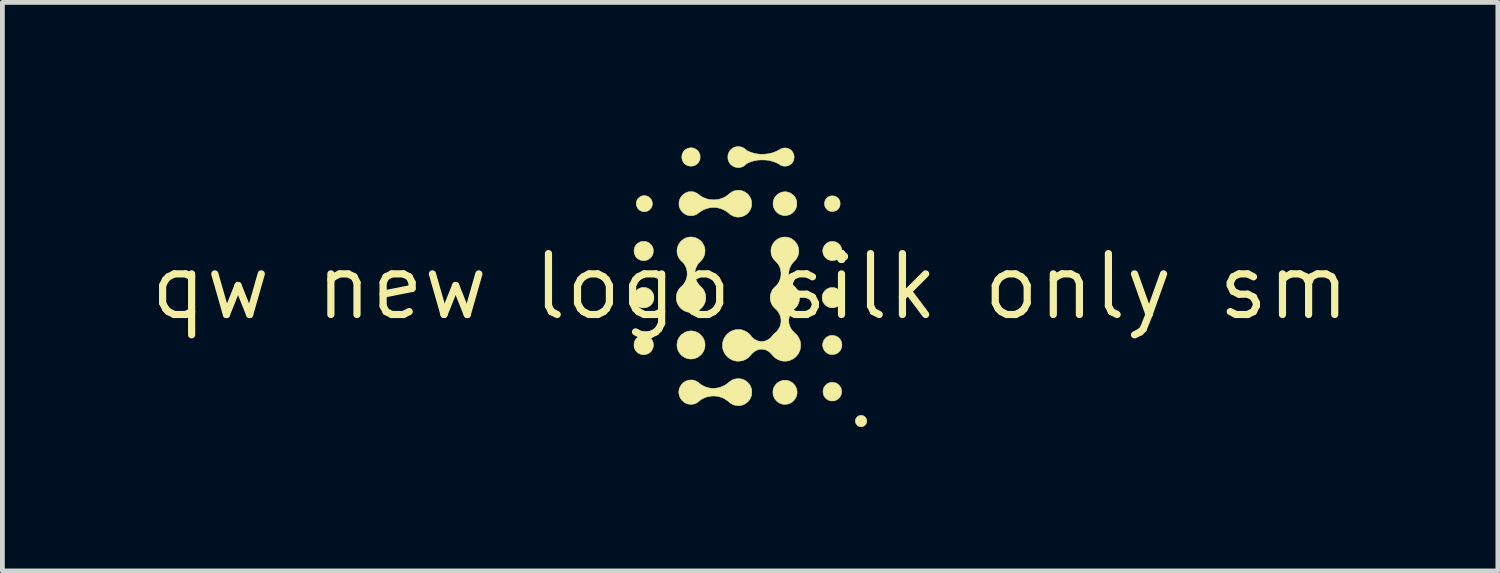
<source format=kicad_pcb>
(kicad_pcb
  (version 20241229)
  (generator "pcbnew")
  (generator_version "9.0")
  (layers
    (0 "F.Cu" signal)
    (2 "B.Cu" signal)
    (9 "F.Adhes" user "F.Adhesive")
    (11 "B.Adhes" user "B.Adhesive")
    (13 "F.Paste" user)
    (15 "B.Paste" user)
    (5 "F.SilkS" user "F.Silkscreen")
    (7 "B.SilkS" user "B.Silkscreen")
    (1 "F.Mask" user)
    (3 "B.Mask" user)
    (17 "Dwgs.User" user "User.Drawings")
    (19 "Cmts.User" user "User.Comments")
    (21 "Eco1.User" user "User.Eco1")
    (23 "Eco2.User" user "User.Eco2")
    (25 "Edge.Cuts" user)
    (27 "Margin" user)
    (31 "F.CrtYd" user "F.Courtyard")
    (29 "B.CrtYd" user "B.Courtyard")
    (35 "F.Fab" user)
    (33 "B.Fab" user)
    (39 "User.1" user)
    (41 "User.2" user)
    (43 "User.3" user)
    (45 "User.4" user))
  (footprint "qw new logo silk only sm"
    (layer "F.Cu")
    (at 12.586 2.926)
    (property "Reference" "qw new logo silk only sm" (at 0 0 0) (layer "F.SilkS") (effects (font (size 1.27 1.27) (thickness 0.15))))
    (attr through_hole)
    (fp_poly (pts (xy 2.328 2.683) (xy 2.35 2.688) (xy 2.37 2.696) (xy 2.388 2.709) (xy 2.404 2.724) (xy 2.417 2.743) (xy 2.426 2.764) (xy 2.431 2.783) (xy 2.433 2.806) (xy 2.43 2.828) (xy 2.422 2.848) (xy 2.412 2.867) (xy 2.398 2.884) (xy 2.381 2.898) (xy 2.362 2.909) (xy 2.342 2.917) (xy 2.32 2.92) (xy 2.298 2.92) (xy 2.284 2.917) (xy 2.261 2.908) (xy 2.241 2.896) (xy 2.224 2.879) (xy 2.21 2.86) (xy 2.2 2.839) (xy 2.195 2.818) (xy 2.193 2.795) (xy 2.197 2.773) (xy 2.205 2.751) (xy 2.217 2.732) (xy 2.232 2.714) (xy 2.251 2.7) (xy 2.262 2.694) (xy 2.284 2.685) (xy 2.306 2.682) (xy 2.328 2.683)) (stroke (width 0.01) (type solid)) (fill yes) (layer "F.SilkS"))
    (fp_poly (pts (xy 1.751 -1.89) (xy 1.776 -1.882) (xy 1.8 -1.871) (xy 1.821 -1.856) (xy 1.84 -1.837) (xy 1.855 -1.816) (xy 1.865 -1.797) (xy 1.871 -1.777) (xy 1.875 -1.756) (xy 1.876 -1.74) (xy 1.876 -1.714) (xy 1.873 -1.692) (xy 1.866 -1.67) (xy 1.859 -1.653) (xy 1.845 -1.63) (xy 1.827 -1.61) (xy 1.806 -1.594) (xy 1.782 -1.582) (xy 1.757 -1.573) (xy 1.73 -1.568) (xy 1.702 -1.568) (xy 1.676 -1.571) (xy 1.651 -1.579) (xy 1.627 -1.592) (xy 1.605 -1.608) (xy 1.587 -1.628) (xy 1.571 -1.65) (xy 1.56 -1.674) (xy 1.556 -1.691) (xy 1.553 -1.71) (xy 1.552 -1.73) (xy 1.552 -1.75) (xy 1.555 -1.767) (xy 1.556 -1.77) (xy 1.565 -1.798) (xy 1.578 -1.822) (xy 1.595 -1.844) (xy 1.616 -1.862) (xy 1.621 -1.866) (xy 1.646 -1.88) (xy 1.671 -1.889) (xy 1.698 -1.893) (xy 1.724 -1.894) (xy 1.751 -1.89)) (stroke (width 0.01) (type solid)) (fill yes) (layer "F.SilkS"))
    (fp_poly (pts (xy -2.185 -1.897) (xy -2.165 -1.894) (xy -2.146 -1.888) (xy -2.129 -1.88) (xy -2.112 -1.87) (xy -2.096 -1.857) (xy -2.08 -1.842) (xy -2.067 -1.825) (xy -2.057 -1.809) (xy -2.045 -1.782) (xy -2.039 -1.754) (xy -2.037 -1.726) (xy -2.04 -1.698) (xy -2.048 -1.671) (xy -2.06 -1.646) (xy -2.075 -1.624) (xy -2.094 -1.604) (xy -2.116 -1.588) (xy -2.14 -1.576) (xy -2.167 -1.567) (xy -2.193 -1.563) (xy -2.221 -1.563) (xy -2.245 -1.567) (xy -2.264 -1.573) (xy -2.279 -1.58) (xy -2.294 -1.588) (xy -2.302 -1.594) (xy -2.324 -1.612) (xy -2.342 -1.634) (xy -2.356 -1.657) (xy -2.366 -1.683) (xy -2.372 -1.71) (xy -2.373 -1.737) (xy -2.37 -1.764) (xy -2.362 -1.791) (xy -2.35 -1.817) (xy -2.349 -1.818) (xy -2.339 -1.832) (xy -2.326 -1.846) (xy -2.312 -1.86) (xy -2.297 -1.871) (xy -2.291 -1.875) (xy -2.266 -1.887) (xy -2.241 -1.895) (xy -2.214 -1.898) (xy -2.207 -1.898) (xy -2.185 -1.897)) (stroke (width 0.01) (type solid)) (fill yes) (layer "F.SilkS"))
    (fp_poly (pts (xy 1.735 1.016) (xy 1.767 1.022) (xy 1.796 1.032) (xy 1.823 1.047) (xy 1.847 1.064) (xy 1.867 1.085) (xy 1.884 1.109) (xy 1.898 1.135) (xy 1.907 1.164) (xy 1.912 1.194) (xy 1.913 1.225) (xy 1.909 1.257) (xy 1.907 1.267) (xy 1.902 1.282) (xy 1.895 1.299) (xy 1.885 1.317) (xy 1.874 1.334) (xy 1.863 1.348) (xy 1.863 1.348) (xy 1.839 1.371) (xy 1.814 1.389) (xy 1.787 1.402) (xy 1.758 1.41) (xy 1.727 1.414) (xy 1.712 1.414) (xy 1.7 1.414) (xy 1.689 1.414) (xy 1.68 1.413) (xy 1.676 1.413) (xy 1.653 1.407) (xy 1.628 1.397) (xy 1.605 1.383) (xy 1.582 1.367) (xy 1.563 1.348) (xy 1.551 1.334) (xy 1.535 1.308) (xy 1.523 1.279) (xy 1.515 1.249) (xy 1.512 1.219) (xy 1.514 1.188) (xy 1.521 1.157) (xy 1.523 1.15) (xy 1.535 1.122) (xy 1.551 1.096) (xy 1.571 1.073) (xy 1.594 1.054) (xy 1.619 1.038) (xy 1.646 1.025) (xy 1.675 1.018) (xy 1.705 1.014) (xy 1.735 1.016)) (stroke (width 0.01) (type solid)) (fill yes) (layer "F.SilkS"))
    (fp_poly (pts (xy -2.203 1.013) (xy -2.182 1.016) (xy -2.168 1.018) (xy -2.137 1.029) (xy -2.11 1.043) (xy -2.085 1.062) (xy -2.063 1.084) (xy -2.045 1.109) (xy -2.031 1.137) (xy -2.022 1.164) (xy -2.018 1.184) (xy -2.017 1.207) (xy -2.017 1.23) (xy -2.019 1.253) (xy -2.022 1.264) (xy -2.032 1.295) (xy -2.046 1.322) (xy -2.063 1.347) (xy -2.085 1.369) (xy -2.109 1.387) (xy -2.136 1.401) (xy -2.166 1.411) (xy -2.175 1.413) (xy -2.192 1.416) (xy -2.213 1.417) (xy -2.233 1.417) (xy -2.252 1.415) (xy -2.261 1.413) (xy -2.291 1.405) (xy -2.319 1.392) (xy -2.345 1.375) (xy -2.367 1.354) (xy -2.387 1.33) (xy -2.4 1.307) (xy -2.408 1.29) (xy -2.413 1.274) (xy -2.417 1.258) (xy -2.419 1.239) (xy -2.42 1.225) (xy -2.419 1.192) (xy -2.414 1.161) (xy -2.405 1.133) (xy -2.39 1.106) (xy -2.371 1.081) (xy -2.354 1.063) (xy -2.336 1.049) (xy -2.315 1.036) (xy -2.292 1.025) (xy -2.269 1.018) (xy -2.266 1.017) (xy -2.247 1.014) (xy -2.225 1.013) (xy -2.203 1.013)) (stroke (width 0.01) (type solid)) (fill yes) (layer "F.SilkS"))
    (fp_poly (pts (xy 1.73 0.017) (xy 1.754 0.02) (xy 1.764 0.023) (xy 1.795 0.033) (xy 1.824 0.049) (xy 1.85 0.068) (xy 1.873 0.09) (xy 1.892 0.116) (xy 1.907 0.144) (xy 1.918 0.173) (xy 1.922 0.193) (xy 1.924 0.216) (xy 1.925 0.239) (xy 1.923 0.26) (xy 1.922 0.266) (xy 1.914 0.297) (xy 1.901 0.327) (xy 1.884 0.354) (xy 1.863 0.378) (xy 1.839 0.398) (xy 1.812 0.416) (xy 1.782 0.429) (xy 1.769 0.433) (xy 1.751 0.437) (xy 1.731 0.44) (xy 1.711 0.441) (xy 1.693 0.44) (xy 1.685 0.44) (xy 1.653 0.432) (xy 1.623 0.42) (xy 1.595 0.404) (xy 1.57 0.384) (xy 1.549 0.361) (xy 1.53 0.336) (xy 1.516 0.307) (xy 1.506 0.276) (xy 1.505 0.27) (xy 1.503 0.26) (xy 1.502 0.246) (xy 1.501 0.232) (xy 1.501 0.227) (xy 1.504 0.196) (xy 1.511 0.165) (xy 1.522 0.137) (xy 1.538 0.11) (xy 1.557 0.086) (xy 1.58 0.065) (xy 1.606 0.046) (xy 1.635 0.032) (xy 1.657 0.024) (xy 1.68 0.019) (xy 1.705 0.017) (xy 1.73 0.017)) (stroke (width 0.01) (type solid)) (fill yes) (layer "F.SilkS"))
    (fp_poly (pts (xy 1.728 -0.943) (xy 1.75 -0.941) (xy 1.766 -0.938) (xy 1.796 -0.927) (xy 1.824 -0.911) (xy 1.848 -0.892) (xy 1.87 -0.87) (xy 1.888 -0.844) (xy 1.901 -0.815) (xy 1.908 -0.796) (xy 1.911 -0.78) (xy 1.913 -0.76) (xy 1.914 -0.74) (xy 1.913 -0.72) (xy 1.911 -0.702) (xy 1.909 -0.696) (xy 1.903 -0.678) (xy 1.894 -0.658) (xy 1.884 -0.639) (xy 1.873 -0.623) (xy 1.868 -0.617) (xy 1.849 -0.597) (xy 1.826 -0.579) (xy 1.802 -0.565) (xy 1.776 -0.554) (xy 1.762 -0.55) (xy 1.752 -0.548) (xy 1.739 -0.546) (xy 1.725 -0.545) (xy 1.71 -0.545) (xy 1.698 -0.544) (xy 1.689 -0.545) (xy 1.688 -0.545) (xy 1.663 -0.551) (xy 1.638 -0.56) (xy 1.615 -0.571) (xy 1.594 -0.585) (xy 1.588 -0.589) (xy 1.567 -0.61) (xy 1.548 -0.634) (xy 1.533 -0.662) (xy 1.522 -0.69) (xy 1.521 -0.692) (xy 1.517 -0.712) (xy 1.515 -0.735) (xy 1.515 -0.758) (xy 1.518 -0.78) (xy 1.521 -0.796) (xy 1.532 -0.826) (xy 1.548 -0.854) (xy 1.567 -0.879) (xy 1.59 -0.9) (xy 1.615 -0.918) (xy 1.644 -0.932) (xy 1.663 -0.938) (xy 1.682 -0.942) (xy 1.704 -0.944) (xy 1.728 -0.943)) (stroke (width 0.01) (type solid)) (fill yes) (layer "F.SilkS"))
    (fp_poly (pts (xy 0.75 -1.978) (xy 0.771 -1.975) (xy 0.772 -1.975) (xy 0.807 -1.966) (xy 0.839 -1.952) (xy 0.87 -1.933) (xy 0.897 -1.911) (xy 0.921 -1.885) (xy 0.926 -1.879) (xy 0.936 -1.864) (xy 0.946 -1.847) (xy 0.955 -1.827) (xy 0.963 -1.809) (xy 0.968 -1.792) (xy 0.971 -1.776) (xy 0.973 -1.758) (xy 0.974 -1.737) (xy 0.974 -1.716) (xy 0.973 -1.696) (xy 0.97 -1.678) (xy 0.968 -1.671) (xy 0.957 -1.637) (xy 0.941 -1.606) (xy 0.922 -1.578) (xy 0.899 -1.553) (xy 0.874 -1.531) (xy 0.846 -1.513) (xy 0.816 -1.499) (xy 0.784 -1.489) (xy 0.751 -1.483) (xy 0.716 -1.482) (xy 0.7 -1.483) (xy 0.666 -1.49) (xy 0.633 -1.501) (xy 0.602 -1.516) (xy 0.574 -1.536) (xy 0.548 -1.559) (xy 0.525 -1.587) (xy 0.506 -1.617) (xy 0.492 -1.649) (xy 0.485 -1.673) (xy 0.481 -1.691) (xy 0.479 -1.712) (xy 0.479 -1.734) (xy 0.48 -1.756) (xy 0.482 -1.776) (xy 0.483 -1.782) (xy 0.494 -1.817) (xy 0.508 -1.849) (xy 0.527 -1.878) (xy 0.55 -1.904) (xy 0.575 -1.927) (xy 0.604 -1.947) (xy 0.636 -1.962) (xy 0.659 -1.97) (xy 0.68 -1.974) (xy 0.703 -1.977) (xy 0.727 -1.979) (xy 0.75 -1.978)) (stroke (width 0.01) (type solid)) (fill yes) (layer "F.SilkS"))
    (fp_poly (pts (xy -1.205 0.923) (xy -1.17 0.929) (xy -1.136 0.939) (xy -1.102 0.953) (xy -1.07 0.972) (xy -1.04 0.995) (xy -1.027 1.008) (xy -1.001 1.037) (xy -0.979 1.069) (xy -0.962 1.102) (xy -0.95 1.137) (xy -0.943 1.175) (xy -0.94 1.213) (xy -0.941 1.228) (xy -0.943 1.259) (xy -0.949 1.287) (xy -0.958 1.315) (xy -0.969 1.34) (xy -0.987 1.373) (xy -1.01 1.403) (xy -1.036 1.43) (xy -1.065 1.454) (xy -1.096 1.474) (xy -1.13 1.489) (xy -1.165 1.5) (xy -1.177 1.502) (xy -1.191 1.504) (xy -1.207 1.506) (xy -1.223 1.507) (xy -1.239 1.508) (xy -1.252 1.507) (xy -1.255 1.507) (xy -1.293 1.501) (xy -1.329 1.491) (xy -1.363 1.476) (xy -1.396 1.457) (xy -1.425 1.434) (xy -1.451 1.408) (xy -1.474 1.379) (xy -1.493 1.346) (xy -1.508 1.311) (xy -1.511 1.303) (xy -1.518 1.278) (xy -1.523 1.254) (xy -1.524 1.228) (xy -1.525 1.214) (xy -1.522 1.176) (xy -1.515 1.139) (xy -1.503 1.103) (xy -1.486 1.07) (xy -1.464 1.038) (xy -1.438 1.009) (xy -1.438 1.008) (xy -1.409 0.983) (xy -1.378 0.962) (xy -1.345 0.945) (xy -1.311 0.933) (xy -1.276 0.926) (xy -1.241 0.922) (xy -1.205 0.923)) (stroke (width 0.01) (type solid)) (fill yes) (layer "F.SilkS"))
    (fp_poly (pts (xy -1.201 -2.893) (xy -1.172 -2.885) (xy -1.143 -2.874) (xy -1.131 -2.867) (xy -1.121 -2.861) (xy -1.112 -2.854) (xy -1.102 -2.845) (xy -1.097 -2.84) (xy -1.083 -2.824) (xy -1.071 -2.809) (xy -1.062 -2.793) (xy -1.054 -2.775) (xy -1.051 -2.767) (xy -1.048 -2.758) (xy -1.046 -2.751) (xy -1.044 -2.744) (xy -1.043 -2.736) (xy -1.043 -2.727) (xy -1.043 -2.714) (xy -1.043 -2.704) (xy -1.043 -2.688) (xy -1.043 -2.676) (xy -1.044 -2.667) (xy -1.045 -2.659) (xy -1.047 -2.652) (xy -1.049 -2.644) (xy -1.049 -2.644) (xy -1.061 -2.616) (xy -1.077 -2.59) (xy -1.096 -2.568) (xy -1.118 -2.548) (xy -1.143 -2.533) (xy -1.157 -2.526) (xy -1.182 -2.518) (xy -1.21 -2.514) (xy -1.238 -2.512) (xy -1.265 -2.515) (xy -1.273 -2.516) (xy -1.304 -2.525) (xy -1.331 -2.538) (xy -1.356 -2.555) (xy -1.377 -2.576) (xy -1.395 -2.6) (xy -1.409 -2.628) (xy -1.418 -2.654) (xy -1.421 -2.673) (xy -1.423 -2.694) (xy -1.423 -2.717) (xy -1.421 -2.738) (xy -1.418 -2.754) (xy -1.407 -2.783) (xy -1.393 -2.81) (xy -1.375 -2.834) (xy -1.353 -2.854) (xy -1.328 -2.87) (xy -1.301 -2.883) (xy -1.271 -2.891) (xy -1.26 -2.893) (xy -1.23 -2.895) (xy -1.201 -2.893)) (stroke (width 0.01) (type solid)) (fill yes) (layer "F.SilkS"))
    (fp_poly (pts (xy 1.733 1.994) (xy 1.764 2) (xy 1.777 2.004) (xy 1.796 2.011) (xy 1.811 2.019) (xy 1.826 2.029) (xy 1.841 2.042) (xy 1.85 2.051) (xy 1.862 2.063) (xy 1.871 2.074) (xy 1.878 2.084) (xy 1.885 2.095) (xy 1.893 2.113) (xy 1.899 2.128) (xy 1.903 2.143) (xy 1.905 2.159) (xy 1.907 2.179) (xy 1.907 2.179) (xy 1.907 2.194) (xy 1.907 2.206) (xy 1.906 2.215) (xy 1.905 2.225) (xy 1.903 2.233) (xy 1.893 2.262) (xy 1.879 2.289) (xy 1.861 2.314) (xy 1.84 2.336) (xy 1.815 2.354) (xy 1.789 2.368) (xy 1.764 2.376) (xy 1.751 2.379) (xy 1.734 2.381) (xy 1.716 2.381) (xy 1.699 2.381) (xy 1.683 2.38) (xy 1.674 2.379) (xy 1.643 2.369) (xy 1.615 2.356) (xy 1.589 2.338) (xy 1.567 2.316) (xy 1.548 2.29) (xy 1.541 2.278) (xy 1.533 2.261) (xy 1.527 2.245) (xy 1.523 2.229) (xy 1.521 2.21) (xy 1.52 2.188) (xy 1.521 2.167) (xy 1.523 2.149) (xy 1.526 2.133) (xy 1.532 2.117) (xy 1.54 2.099) (xy 1.543 2.094) (xy 1.553 2.078) (xy 1.566 2.061) (xy 1.582 2.045) (xy 1.598 2.031) (xy 1.614 2.02) (xy 1.642 2.006) (xy 1.672 1.997) (xy 1.702 1.993) (xy 1.733 1.994)) (stroke (width 0.01) (type solid)) (fill yes) (layer "F.SilkS"))
    (fp_poly (pts (xy -2.2 -0.943) (xy -2.189 -0.943) (xy -2.18 -0.943) (xy -2.172 -0.941) (xy -2.165 -0.94) (xy -2.158 -0.937) (xy -2.155 -0.936) (xy -2.125 -0.923) (xy -2.098 -0.907) (xy -2.075 -0.886) (xy -2.055 -0.862) (xy -2.038 -0.835) (xy -2.026 -0.806) (xy -2.023 -0.794) (xy -2.02 -0.779) (xy -2.019 -0.762) (xy -2.018 -0.743) (xy -2.019 -0.724) (xy -2.02 -0.707) (xy -2.023 -0.694) (xy -2.023 -0.693) (xy -2.034 -0.663) (xy -2.048 -0.636) (xy -2.067 -0.611) (xy -2.089 -0.589) (xy -2.114 -0.572) (xy -2.123 -0.567) (xy -2.141 -0.558) (xy -2.157 -0.552) (xy -2.173 -0.548) (xy -2.191 -0.546) (xy -2.211 -0.545) (xy -2.212 -0.545) (xy -2.226 -0.545) (xy -2.239 -0.545) (xy -2.25 -0.545) (xy -2.257 -0.546) (xy -2.258 -0.546) (xy -2.289 -0.555) (xy -2.317 -0.568) (xy -2.343 -0.585) (xy -2.366 -0.606) (xy -2.385 -0.63) (xy -2.4 -0.657) (xy -2.411 -0.687) (xy -2.418 -0.718) (xy -2.418 -0.721) (xy -2.42 -0.751) (xy -2.417 -0.781) (xy -2.409 -0.81) (xy -2.397 -0.838) (xy -2.381 -0.863) (xy -2.362 -0.886) (xy -2.339 -0.906) (xy -2.313 -0.922) (xy -2.311 -0.923) (xy -2.296 -0.931) (xy -2.281 -0.936) (xy -2.267 -0.94) (xy -2.252 -0.942) (xy -2.234 -0.943) (xy -2.216 -0.944) (xy -2.2 -0.943)) (stroke (width 0.01) (type solid)) (fill yes) (layer "F.SilkS"))
    (fp_poly (pts (xy 0.74 1.95) (xy 0.764 1.952) (xy 0.783 1.955) (xy 0.817 1.966) (xy 0.848 1.981) (xy 0.876 1.999) (xy 0.901 2.021) (xy 0.923 2.045) (xy 0.942 2.072) (xy 0.957 2.1) (xy 0.968 2.131) (xy 0.976 2.162) (xy 0.979 2.195) (xy 0.978 2.228) (xy 0.972 2.261) (xy 0.961 2.294) (xy 0.957 2.303) (xy 0.944 2.327) (xy 0.928 2.351) (xy 0.909 2.374) (xy 0.888 2.394) (xy 0.866 2.411) (xy 0.865 2.411) (xy 0.846 2.423) (xy 0.824 2.433) (xy 0.802 2.442) (xy 0.787 2.446) (xy 0.771 2.449) (xy 0.752 2.451) (xy 0.731 2.453) (xy 0.712 2.453) (xy 0.694 2.452) (xy 0.682 2.45) (xy 0.647 2.44) (xy 0.614 2.426) (xy 0.583 2.408) (xy 0.556 2.386) (xy 0.532 2.361) (xy 0.512 2.332) (xy 0.495 2.3) (xy 0.483 2.266) (xy 0.482 2.263) (xy 0.48 2.254) (xy 0.478 2.245) (xy 0.477 2.235) (xy 0.477 2.224) (xy 0.476 2.209) (xy 0.476 2.201) (xy 0.477 2.178) (xy 0.478 2.158) (xy 0.481 2.141) (xy 0.486 2.124) (xy 0.493 2.107) (xy 0.5 2.092) (xy 0.519 2.06) (xy 0.541 2.032) (xy 0.566 2.008) (xy 0.595 1.987) (xy 0.626 1.971) (xy 0.661 1.958) (xy 0.67 1.956) (xy 0.691 1.952) (xy 0.715 1.95) (xy 0.74 1.95)) (stroke (width 0.01) (type solid)) (fill yes) (layer "F.SilkS"))
    (fp_poly (pts (xy -2.202 0.016) (xy -2.181 0.018) (xy -2.162 0.022) (xy -2.158 0.023) (xy -2.126 0.035) (xy -2.097 0.052) (xy -2.072 0.072) (xy -2.05 0.096) (xy -2.032 0.123) (xy -2.018 0.153) (xy -2.013 0.169) (xy -2.01 0.179) (xy -2.008 0.188) (xy -2.007 0.198) (xy -2.006 0.209) (xy -2.006 0.223) (xy -2.006 0.227) (xy -2.006 0.248) (xy -2.007 0.266) (xy -2.01 0.281) (xy -2.015 0.297) (xy -2.022 0.313) (xy -2.026 0.322) (xy -2.042 0.35) (xy -2.062 0.375) (xy -2.086 0.397) (xy -2.113 0.415) (xy -2.144 0.429) (xy -2.155 0.433) (xy -2.164 0.436) (xy -2.172 0.438) (xy -2.181 0.439) (xy -2.192 0.44) (xy -2.207 0.441) (xy -2.214 0.441) (xy -2.23 0.441) (xy -2.242 0.441) (xy -2.252 0.441) (xy -2.26 0.439) (xy -2.269 0.437) (xy -2.269 0.437) (xy -2.296 0.428) (xy -2.32 0.418) (xy -2.341 0.404) (xy -2.361 0.388) (xy -2.365 0.384) (xy -2.388 0.359) (xy -2.406 0.332) (xy -2.419 0.304) (xy -2.428 0.273) (xy -2.432 0.242) (xy -2.432 0.211) (xy -2.427 0.179) (xy -2.417 0.148) (xy -2.413 0.138) (xy -2.398 0.111) (xy -2.379 0.087) (xy -2.356 0.065) (xy -2.331 0.047) (xy -2.303 0.032) (xy -2.273 0.022) (xy -2.267 0.02) (xy -2.247 0.017) (xy -2.225 0.015) (xy -2.202 0.016)) (stroke (width 0.01) (type solid)) (fill yes) (layer "F.SilkS"))
    (fp_poly (pts (xy -0.218 1.918) (xy -0.182 1.924) (xy -0.147 1.934) (xy -0.114 1.949) (xy -0.083 1.968) (xy -0.055 1.991) (xy -0.03 2.016) (xy -0.028 2.019) (xy -0.006 2.05) (xy 0.012 2.083) (xy 0.024 2.118) (xy 0.032 2.155) (xy 0.035 2.193) (xy 0.035 2.211) (xy 0.032 2.242) (xy 0.027 2.27) (xy 0.018 2.297) (xy 0.006 2.323) (xy -0.007 2.348) (xy -0.022 2.369) (xy -0.039 2.389) (xy -0.052 2.402) (xy -0.081 2.426) (xy -0.112 2.446) (xy -0.147 2.462) (xy -0.175 2.471) (xy -0.196 2.475) (xy -0.22 2.477) (xy -0.245 2.479) (xy -0.27 2.478) (xy -0.293 2.476) (xy -0.305 2.474) (xy -0.332 2.467) (xy -0.358 2.457) (xy -0.383 2.444) (xy -0.408 2.428) (xy -0.434 2.408) (xy -0.439 2.404) (xy -0.476 2.375) (xy -0.512 2.35) (xy -0.547 2.33) (xy -0.583 2.313) (xy -0.609 2.304) (xy -0.657 2.29) (xy -0.705 2.282) (xy -0.753 2.278) (xy -0.801 2.28) (xy -0.849 2.286) (xy -0.896 2.296) (xy -0.941 2.312) (xy -0.968 2.323) (xy -0.993 2.336) (xy -1.014 2.348) (xy -1.032 2.36) (xy -1.048 2.373) (xy -1.055 2.379) (xy -1.084 2.403) (xy -1.115 2.423) (xy -1.147 2.437) (xy -1.18 2.447) (xy -1.214 2.452) (xy -1.249 2.452) (xy -1.284 2.447) (xy -1.294 2.445) (xy -1.327 2.434) (xy -1.358 2.419) (xy -1.386 2.399) (xy -1.412 2.377) (xy -1.435 2.35) (xy -1.454 2.322) (xy -1.468 2.29) (xy -1.472 2.281) (xy -1.481 2.246) (xy -1.486 2.211) (xy -1.485 2.177) (xy -1.48 2.143) (xy -1.47 2.11) (xy -1.455 2.079) (xy -1.436 2.049) (xy -1.413 2.022) (xy -1.405 2.014) (xy -1.378 1.991) (xy -1.348 1.973) (xy -1.317 1.959) (xy -1.284 1.95) (xy -1.249 1.946) (xy -1.231 1.945) (xy -1.215 1.945) (xy -1.202 1.946) (xy -1.19 1.948) (xy -1.178 1.95) (xy -1.172 1.952) (xy -1.138 1.963) (xy -1.106 1.979) (xy -1.076 1.999) (xy -1.06 2.013) (xy -1.039 2.029) (xy -1.015 2.046) (xy -0.987 2.062) (xy -0.957 2.077) (xy -0.925 2.09) (xy -0.894 2.1) (xy -0.863 2.109) (xy -0.855 2.111) (xy -0.808 2.117) (xy -0.762 2.119) (xy -0.715 2.116) (xy -0.668 2.109) (xy -0.622 2.096) (xy -0.578 2.08) (xy -0.535 2.059) (xy -0.522 2.051) (xy -0.51 2.044) (xy -0.496 2.034) (xy -0.48 2.022) (xy -0.464 2.01) (xy -0.449 1.999) (xy -0.436 1.989) (xy -0.432 1.986) (xy -0.403 1.964) (xy -0.371 1.945) (xy -0.337 1.931) (xy -0.301 1.922) (xy -0.265 1.917) (xy -0.228 1.917) (xy -0.218 1.918)) (stroke (width 0.01) (type solid)) (fill yes) (layer "F.SilkS"))
    (fp_poly (pts (xy -0.221 -2.919) (xy -0.19 -2.913) (xy -0.161 -2.904) (xy -0.133 -2.89) (xy -0.108 -2.873) (xy -0.087 -2.854) (xy -0.077 -2.845) (xy -0.063 -2.836) (xy -0.045 -2.827) (xy -0.024 -2.817) (xy -0.001 -2.808) (xy 0.024 -2.799) (xy 0.05 -2.79) (xy 0.077 -2.783) (xy 0.103 -2.776) (xy 0.115 -2.774) (xy 0.136 -2.77) (xy 0.155 -2.767) (xy 0.174 -2.764) (xy 0.194 -2.763) (xy 0.217 -2.761) (xy 0.218 -2.761) (xy 0.272 -2.76) (xy 0.327 -2.764) (xy 0.381 -2.771) (xy 0.434 -2.782) (xy 0.485 -2.797) (xy 0.512 -2.807) (xy 0.527 -2.813) (xy 0.544 -2.821) (xy 0.562 -2.83) (xy 0.58 -2.839) (xy 0.597 -2.847) (xy 0.611 -2.855) (xy 0.622 -2.862) (xy 0.643 -2.873) (xy 0.668 -2.883) (xy 0.683 -2.887) (xy 0.7 -2.89) (xy 0.72 -2.891) (xy 0.74 -2.891) (xy 0.76 -2.889) (xy 0.778 -2.886) (xy 0.778 -2.886) (xy 0.807 -2.876) (xy 0.833 -2.861) (xy 0.856 -2.843) (xy 0.876 -2.821) (xy 0.893 -2.797) (xy 0.905 -2.769) (xy 0.913 -2.743) (xy 0.917 -2.711) (xy 0.916 -2.68) (xy 0.91 -2.649) (xy 0.899 -2.619) (xy 0.896 -2.614) (xy 0.89 -2.601) (xy 0.884 -2.591) (xy 0.877 -2.582) (xy 0.868 -2.572) (xy 0.863 -2.567) (xy 0.839 -2.547) (xy 0.814 -2.531) (xy 0.786 -2.52) (xy 0.756 -2.514) (xy 0.726 -2.512) (xy 0.7 -2.514) (xy 0.675 -2.518) (xy 0.651 -2.526) (xy 0.627 -2.538) (xy 0.608 -2.551) (xy 0.595 -2.559) (xy 0.578 -2.568) (xy 0.559 -2.578) (xy 0.539 -2.587) (xy 0.519 -2.596) (xy 0.5 -2.603) (xy 0.495 -2.605) (xy 0.452 -2.618) (xy 0.409 -2.629) (xy 0.365 -2.636) (xy 0.319 -2.641) (xy 0.269 -2.642) (xy 0.254 -2.643) (xy 0.224 -2.642) (xy 0.198 -2.641) (xy 0.174 -2.639) (xy 0.15 -2.637) (xy 0.126 -2.633) (xy 0.104 -2.629) (xy 0.079 -2.623) (xy 0.053 -2.616) (xy 0.028 -2.609) (xy 0.004 -2.6) (xy -0.019 -2.591) (xy -0.039 -2.583) (xy -0.056 -2.574) (xy -0.07 -2.565) (xy -0.08 -2.558) (xy -0.081 -2.556) (xy -0.1 -2.538) (xy -0.121 -2.521) (xy -0.146 -2.507) (xy -0.171 -2.496) (xy -0.191 -2.489) (xy -0.208 -2.486) (xy -0.227 -2.484) (xy -0.247 -2.483) (xy -0.265 -2.483) (xy -0.273 -2.484) (xy -0.307 -2.491) (xy -0.338 -2.503) (xy -0.367 -2.518) (xy -0.392 -2.538) (xy -0.415 -2.561) (xy -0.434 -2.588) (xy -0.442 -2.604) (xy -0.45 -2.621) (xy -0.456 -2.636) (xy -0.46 -2.652) (xy -0.462 -2.67) (xy -0.463 -2.69) (xy -0.463 -2.703) (xy -0.463 -2.718) (xy -0.463 -2.73) (xy -0.462 -2.74) (xy -0.461 -2.748) (xy -0.459 -2.756) (xy -0.456 -2.764) (xy -0.444 -2.796) (xy -0.428 -2.825) (xy -0.408 -2.85) (xy -0.385 -2.872) (xy -0.359 -2.89) (xy -0.329 -2.905) (xy -0.298 -2.915) (xy -0.284 -2.917) (xy -0.253 -2.921) (xy -0.221 -2.919)) (stroke (width 0.01) (type solid)) (fill yes) (layer "F.SilkS"))
    (fp_poly (pts (xy -1.194 -1.034) (xy -1.157 -1.026) (xy -1.121 -1.014) (xy -1.087 -0.997) (xy -1.055 -0.976) (xy -1.031 -0.956) (xy -1.011 -0.935) (xy -0.992 -0.91) (xy -0.976 -0.882) (xy -0.961 -0.854) (xy -0.951 -0.825) (xy -0.948 -0.817) (xy -0.942 -0.783) (xy -0.94 -0.749) (xy -0.942 -0.713) (xy -0.947 -0.679) (xy -0.956 -0.65) (xy -0.965 -0.626) (xy -0.976 -0.603) (xy -0.99 -0.582) (xy -1.006 -0.561) (xy -1.025 -0.54) (xy -1.049 -0.517) (xy -1.052 -0.514) (xy -1.064 -0.501) (xy -1.078 -0.484) (xy -1.092 -0.464) (xy -1.105 -0.442) (xy -1.115 -0.423) (xy -1.129 -0.391) (xy -1.14 -0.36) (xy -1.147 -0.329) (xy -1.151 -0.297) (xy -1.152 -0.271) (xy -1.151 -0.241) (xy -1.147 -0.213) (xy -1.141 -0.187) (xy -1.134 -0.162) (xy -1.122 -0.132) (xy -1.109 -0.105) (xy -1.094 -0.08) (xy -1.077 -0.055) (xy -1.056 -0.031) (xy -1.031 -0.005) (xy -1.018 0.008) (xy -1.006 0.02) (xy -0.996 0.032) (xy -0.987 0.042) (xy -0.981 0.049) (xy -0.98 0.051) (xy -0.961 0.081) (xy -0.946 0.115) (xy -0.934 0.151) (xy -0.928 0.179) (xy -0.926 0.199) (xy -0.925 0.223) (xy -0.925 0.248) (xy -0.927 0.272) (xy -0.93 0.294) (xy -0.933 0.306) (xy -0.945 0.342) (xy -0.962 0.377) (xy -0.982 0.409) (xy -1.006 0.438) (xy -1.034 0.464) (xy -1.064 0.487) (xy -1.097 0.505) (xy -1.132 0.52) (xy -1.169 0.53) (xy -1.181 0.532) (xy -1.2 0.534) (xy -1.221 0.535) (xy -1.243 0.535) (xy -1.264 0.535) (xy -1.282 0.533) (xy -1.285 0.532) (xy -1.324 0.523) (xy -1.36 0.509) (xy -1.393 0.491) (xy -1.424 0.469) (xy -1.452 0.443) (xy -1.477 0.414) (xy -1.498 0.383) (xy -1.515 0.348) (xy -1.528 0.311) (xy -1.533 0.292) (xy -1.536 0.276) (xy -1.538 0.256) (xy -1.539 0.235) (xy -1.539 0.215) (xy -1.538 0.196) (xy -1.537 0.187) (xy -1.529 0.15) (xy -1.517 0.113) (xy -1.501 0.079) (xy -1.48 0.047) (xy -1.456 0.017) (xy -1.428 -0.009) (xy -1.425 -0.011) (xy -1.402 -0.032) (xy -1.381 -0.057) (xy -1.363 -0.086) (xy -1.346 -0.117) (xy -1.332 -0.152) (xy -1.321 -0.188) (xy -1.317 -0.207) (xy -1.314 -0.226) (xy -1.312 -0.248) (xy -1.312 -0.272) (xy -1.313 -0.296) (xy -1.315 -0.319) (xy -1.318 -0.339) (xy -1.318 -0.34) (xy -1.325 -0.368) (xy -1.335 -0.396) (xy -1.346 -0.424) (xy -1.36 -0.449) (xy -1.374 -0.473) (xy -1.389 -0.493) (xy -1.404 -0.509) (xy -1.41 -0.514) (xy -1.439 -0.54) (xy -1.464 -0.568) (xy -1.484 -0.599) (xy -1.5 -0.631) (xy -1.512 -0.664) (xy -1.52 -0.699) (xy -1.524 -0.734) (xy -1.523 -0.769) (xy -1.518 -0.804) (xy -1.508 -0.838) (xy -1.494 -0.871) (xy -1.476 -0.903) (xy -1.453 -0.933) (xy -1.438 -0.95) (xy -1.409 -0.975) (xy -1.377 -0.997) (xy -1.344 -1.014) (xy -1.309 -1.026) (xy -1.272 -1.034) (xy -1.234 -1.036) (xy -1.232 -1.036) (xy -1.194 -1.034)) (stroke (width 0.01) (type solid)) (fill yes) (layer "F.SilkS"))
    (fp_poly (pts (xy -0.231 -2.01) (xy -0.219 -2.009) (xy -0.182 -2.003) (xy -0.148 -1.992) (xy -0.115 -1.977) (xy -0.084 -1.958) (xy -0.056 -1.935) (xy -0.031 -1.909) (xy -0.01 -1.88) (xy 0.008 -1.848) (xy 0.021 -1.814) (xy 0.025 -1.801) (xy 0.028 -1.784) (xy 0.031 -1.766) (xy 0.032 -1.746) (xy 0.032 -1.743) (xy 0.033 -1.716) (xy 0.031 -1.691) (xy 0.027 -1.668) (xy 0.02 -1.645) (xy 0.02 -1.645) (xy 0.006 -1.609) (xy -0.013 -1.577) (xy -0.035 -1.548) (xy -0.061 -1.521) (xy -0.09 -1.499) (xy -0.122 -1.48) (xy -0.157 -1.466) (xy -0.18 -1.459) (xy -0.197 -1.455) (xy -0.217 -1.453) (xy -0.238 -1.451) (xy -0.258 -1.451) (xy -0.277 -1.452) (xy -0.286 -1.453) (xy -0.316 -1.46) (xy -0.347 -1.47) (xy -0.377 -1.484) (xy -0.4 -1.497) (xy -0.407 -1.502) (xy -0.417 -1.51) (xy -0.428 -1.519) (xy -0.438 -1.528) (xy -0.477 -1.558) (xy -0.518 -1.585) (xy -0.562 -1.608) (xy -0.608 -1.626) (xy -0.654 -1.64) (xy -0.667 -1.642) (xy -0.689 -1.646) (xy -0.715 -1.649) (xy -0.743 -1.65) (xy -0.771 -1.651) (xy -0.797 -1.65) (xy -0.821 -1.648) (xy -0.826 -1.647) (xy -0.874 -1.638) (xy -0.922 -1.623) (xy -0.968 -1.604) (xy -1.012 -1.581) (xy -1.053 -1.553) (xy -1.067 -1.543) (xy -1.087 -1.527) (xy -1.105 -1.515) (xy -1.122 -1.505) (xy -1.139 -1.498) (xy -1.158 -1.491) (xy -1.16 -1.49) (xy -1.194 -1.482) (xy -1.228 -1.479) (xy -1.262 -1.481) (xy -1.296 -1.488) (xy -1.329 -1.499) (xy -1.361 -1.515) (xy -1.372 -1.522) (xy -1.385 -1.532) (xy -1.4 -1.545) (xy -1.414 -1.559) (xy -1.428 -1.574) (xy -1.438 -1.587) (xy -1.44 -1.59) (xy -1.452 -1.61) (xy -1.464 -1.634) (xy -1.473 -1.657) (xy -1.476 -1.668) (xy -1.479 -1.676) (xy -1.48 -1.684) (xy -1.481 -1.693) (xy -1.482 -1.703) (xy -1.482 -1.717) (xy -1.482 -1.73) (xy -1.482 -1.748) (xy -1.481 -1.762) (xy -1.48 -1.773) (xy -1.479 -1.782) (xy -1.477 -1.789) (xy -1.466 -1.824) (xy -1.45 -1.856) (xy -1.429 -1.885) (xy -1.406 -1.911) (xy -1.379 -1.934) (xy -1.349 -1.953) (xy -1.316 -1.968) (xy -1.296 -1.974) (xy -1.288 -1.976) (xy -1.281 -1.978) (xy -1.272 -1.979) (xy -1.263 -1.979) (xy -1.25 -1.98) (xy -1.233 -1.98) (xy -1.232 -1.98) (xy -1.215 -1.98) (xy -1.203 -1.979) (xy -1.193 -1.979) (xy -1.185 -1.978) (xy -1.177 -1.976) (xy -1.169 -1.974) (xy -1.165 -1.973) (xy -1.144 -1.965) (xy -1.122 -1.955) (xy -1.102 -1.944) (xy -1.084 -1.932) (xy -1.068 -1.92) (xy -1.062 -1.914) (xy -1.056 -1.908) (xy -1.046 -1.901) (xy -1.033 -1.892) (xy -1.019 -1.883) (xy -1.005 -1.875) (xy -0.99 -1.866) (xy -0.976 -1.859) (xy -0.976 -1.859) (xy -0.932 -1.841) (xy -0.887 -1.826) (xy -0.839 -1.817) (xy -0.791 -1.812) (xy -0.743 -1.811) (xy -0.695 -1.815) (xy -0.647 -1.823) (xy -0.605 -1.835) (xy -0.567 -1.85) (xy -0.531 -1.867) (xy -0.496 -1.888) (xy -0.465 -1.91) (xy -0.441 -1.931) (xy -0.412 -1.955) (xy -0.383 -1.974) (xy -0.354 -1.989) (xy -0.322 -2) (xy -0.301 -2.005) (xy -0.276 -2.009) (xy -0.253 -2.011) (xy -0.231 -2.01)) (stroke (width 0.01) (type solid)) (fill yes) (layer "F.SilkS"))
    (fp_poly (pts (xy 0.748 -1.034) (xy 0.786 -1.028) (xy 0.8 -1.025) (xy 0.834 -1.013) (xy 0.867 -0.997) (xy 0.898 -0.976) (xy 0.926 -0.952) (xy 0.95 -0.925) (xy 0.972 -0.895) (xy 0.989 -0.862) (xy 1.003 -0.828) (xy 1.004 -0.822) (xy 1.012 -0.785) (xy 1.015 -0.749) (xy 1.014 -0.712) (xy 1.007 -0.676) (xy 0.996 -0.641) (xy 0.98 -0.608) (xy 0.96 -0.576) (xy 0.936 -0.547) (xy 0.923 -0.533) (xy 0.893 -0.502) (xy 0.868 -0.469) (xy 0.846 -0.433) (xy 0.829 -0.397) (xy 0.816 -0.359) (xy 0.808 -0.32) (xy 0.804 -0.281) (xy 0.805 -0.241) (xy 0.811 -0.202) (xy 0.821 -0.167) (xy 0.835 -0.13) (xy 0.853 -0.095) (xy 0.874 -0.062) (xy 0.9 -0.03) (xy 0.929 0.001) (xy 0.951 0.023) (xy 0.968 0.044) (xy 0.982 0.064) (xy 0.995 0.086) (xy 1 0.095) (xy 1.014 0.131) (xy 1.025 0.166) (xy 1.03 0.202) (xy 1.031 0.24) (xy 1.03 0.245) (xy 1.026 0.285) (xy 1.017 0.323) (xy 1.003 0.359) (xy 0.985 0.393) (xy 0.962 0.424) (xy 0.934 0.454) (xy 0.913 0.473) (xy 0.896 0.489) (xy 0.879 0.509) (xy 0.862 0.531) (xy 0.847 0.556) (xy 0.834 0.582) (xy 0.823 0.607) (xy 0.821 0.613) (xy 0.811 0.649) (xy 0.805 0.687) (xy 0.805 0.725) (xy 0.809 0.763) (xy 0.818 0.8) (xy 0.821 0.807) (xy 0.835 0.842) (xy 0.854 0.876) (xy 0.876 0.908) (xy 0.901 0.937) (xy 0.919 0.954) (xy 0.942 0.976) (xy 0.961 0.995) (xy 0.978 1.013) (xy 0.991 1.03) (xy 1.003 1.047) (xy 1.014 1.065) (xy 1.021 1.079) (xy 1.036 1.113) (xy 1.046 1.147) (xy 1.052 1.182) (xy 1.054 1.219) (xy 1.054 1.222) (xy 1.052 1.262) (xy 1.045 1.301) (xy 1.034 1.338) (xy 1.02 1.368) (xy 1 1.404) (xy 0.975 1.436) (xy 0.947 1.465) (xy 0.916 1.491) (xy 0.882 1.512) (xy 0.845 1.53) (xy 0.806 1.543) (xy 0.782 1.548) (xy 0.762 1.551) (xy 0.739 1.552) (xy 0.714 1.552) (xy 0.69 1.551) (xy 0.669 1.548) (xy 0.664 1.547) (xy 0.623 1.536) (xy 0.585 1.521) (xy 0.549 1.501) (xy 0.516 1.478) (xy 0.486 1.45) (xy 0.463 1.424) (xy 0.439 1.395) (xy 0.412 1.37) (xy 0.382 1.348) (xy 0.352 1.33) (xy 0.321 1.316) (xy 0.318 1.315) (xy 0.287 1.307) (xy 0.255 1.303) (xy 0.222 1.303) (xy 0.19 1.307) (xy 0.16 1.315) (xy 0.156 1.317) (xy 0.125 1.331) (xy 0.095 1.349) (xy 0.065 1.371) (xy 0.038 1.396) (xy 0.017 1.421) (xy -0.012 1.453) (xy -0.043 1.481) (xy -0.076 1.505) (xy -0.111 1.524) (xy -0.148 1.538) (xy -0.187 1.547) (xy -0.227 1.552) (xy -0.268 1.552) (xy -0.273 1.552) (xy -0.302 1.548) (xy -0.329 1.543) (xy -0.355 1.534) (xy -0.383 1.522) (xy -0.392 1.518) (xy -0.427 1.498) (xy -0.459 1.474) (xy -0.488 1.446) (xy -0.513 1.415) (xy -0.535 1.381) (xy -0.552 1.344) (xy -0.566 1.305) (xy -0.571 1.284) (xy -0.573 1.269) (xy -0.575 1.25) (xy -0.575 1.229) (xy -0.575 1.208) (xy -0.574 1.187) (xy -0.572 1.169) (xy -0.571 1.158) (xy -0.559 1.118) (xy -0.544 1.081) (xy -0.524 1.047) (xy -0.5 1.014) (xy -0.474 0.986) (xy -0.443 0.959) (xy -0.41 0.937) (xy -0.375 0.919) (xy -0.338 0.906) (xy -0.306 0.898) (xy -0.29 0.895) (xy -0.271 0.894) (xy -0.25 0.893) (xy -0.228 0.893) (xy -0.208 0.895) (xy -0.191 0.897) (xy -0.187 0.897) (xy -0.151 0.907) (xy -0.115 0.921) (xy -0.081 0.938) (xy -0.049 0.959) (xy -0.02 0.983) (xy 0.005 1.009) (xy 0.019 1.027) (xy 0.03 1.043) (xy 0.041 1.055) (xy 0.053 1.067) (xy 0.066 1.079) (xy 0.097 1.101) (xy 0.13 1.118) (xy 0.163 1.131) (xy 0.198 1.14) (xy 0.233 1.143) (xy 0.268 1.141) (xy 0.304 1.135) (xy 0.32 1.13) (xy 0.352 1.117) (xy 0.383 1.1) (xy 0.412 1.079) (xy 0.437 1.055) (xy 0.457 1.031) (xy 0.475 1.008) (xy 0.496 0.986) (xy 0.519 0.966) (xy 0.526 0.96) (xy 0.55 0.939) (xy 0.572 0.914) (xy 0.592 0.885) (xy 0.61 0.855) (xy 0.624 0.823) (xy 0.63 0.807) (xy 0.639 0.768) (xy 0.644 0.729) (xy 0.644 0.691) (xy 0.64 0.652) (xy 0.63 0.615) (xy 0.617 0.578) (xy 0.598 0.544) (xy 0.576 0.511) (xy 0.549 0.481) (xy 0.526 0.459) (xy 0.501 0.435) (xy 0.478 0.407) (xy 0.459 0.379) (xy 0.442 0.345) (xy 0.43 0.31) (xy 0.422 0.274) (xy 0.418 0.237) (xy 0.42 0.2) (xy 0.425 0.164) (xy 0.435 0.129) (xy 0.449 0.095) (xy 0.467 0.063) (xy 0.49 0.033) (xy 0.51 0.012) (xy 0.527 -0.004) (xy 0.54 -0.017) (xy 0.551 -0.028) (xy 0.56 -0.038) (xy 0.567 -0.047) (xy 0.574 -0.055) (xy 0.58 -0.064) (xy 0.582 -0.066) (xy 0.604 -0.104) (xy 0.621 -0.143) (xy 0.634 -0.182) (xy 0.642 -0.223) (xy 0.645 -0.264) (xy 0.643 -0.305) (xy 0.637 -0.345) (xy 0.626 -0.385) (xy 0.61 -0.424) (xy 0.59 -0.461) (xy 0.584 -0.47) (xy 0.575 -0.482) (xy 0.565 -0.495) (xy 0.555 -0.506) (xy 0.55 -0.511) (xy 0.525 -0.535) (xy 0.504 -0.558) (xy 0.486 -0.58) (xy 0.472 -0.602) (xy 0.46 -0.624) (xy 0.45 -0.647) (xy 0.443 -0.671) (xy 0.439 -0.69) (xy 0.436 -0.713) (xy 0.435 -0.737) (xy 0.435 -0.761) (xy 0.436 -0.783) (xy 0.438 -0.793) (xy 0.448 -0.831) (xy 0.462 -0.866) (xy 0.48 -0.9) (xy 0.502 -0.93) (xy 0.529 -0.957) (xy 0.558 -0.981) (xy 0.591 -1.002) (xy 0.602 -1.007) (xy 0.638 -1.021) (xy 0.674 -1.031) (xy 0.711 -1.035) (xy 0.748 -1.034)) (stroke (width 0.01) (type solid)) (fill yes) (layer "F.SilkS")))
  (gr_rect
    (start -3 -3)
    (end 28.173 8.851)
    (stroke (width 0.1) (type default))
    (fill no)
    (layer "Edge.Cuts")))
</source>
